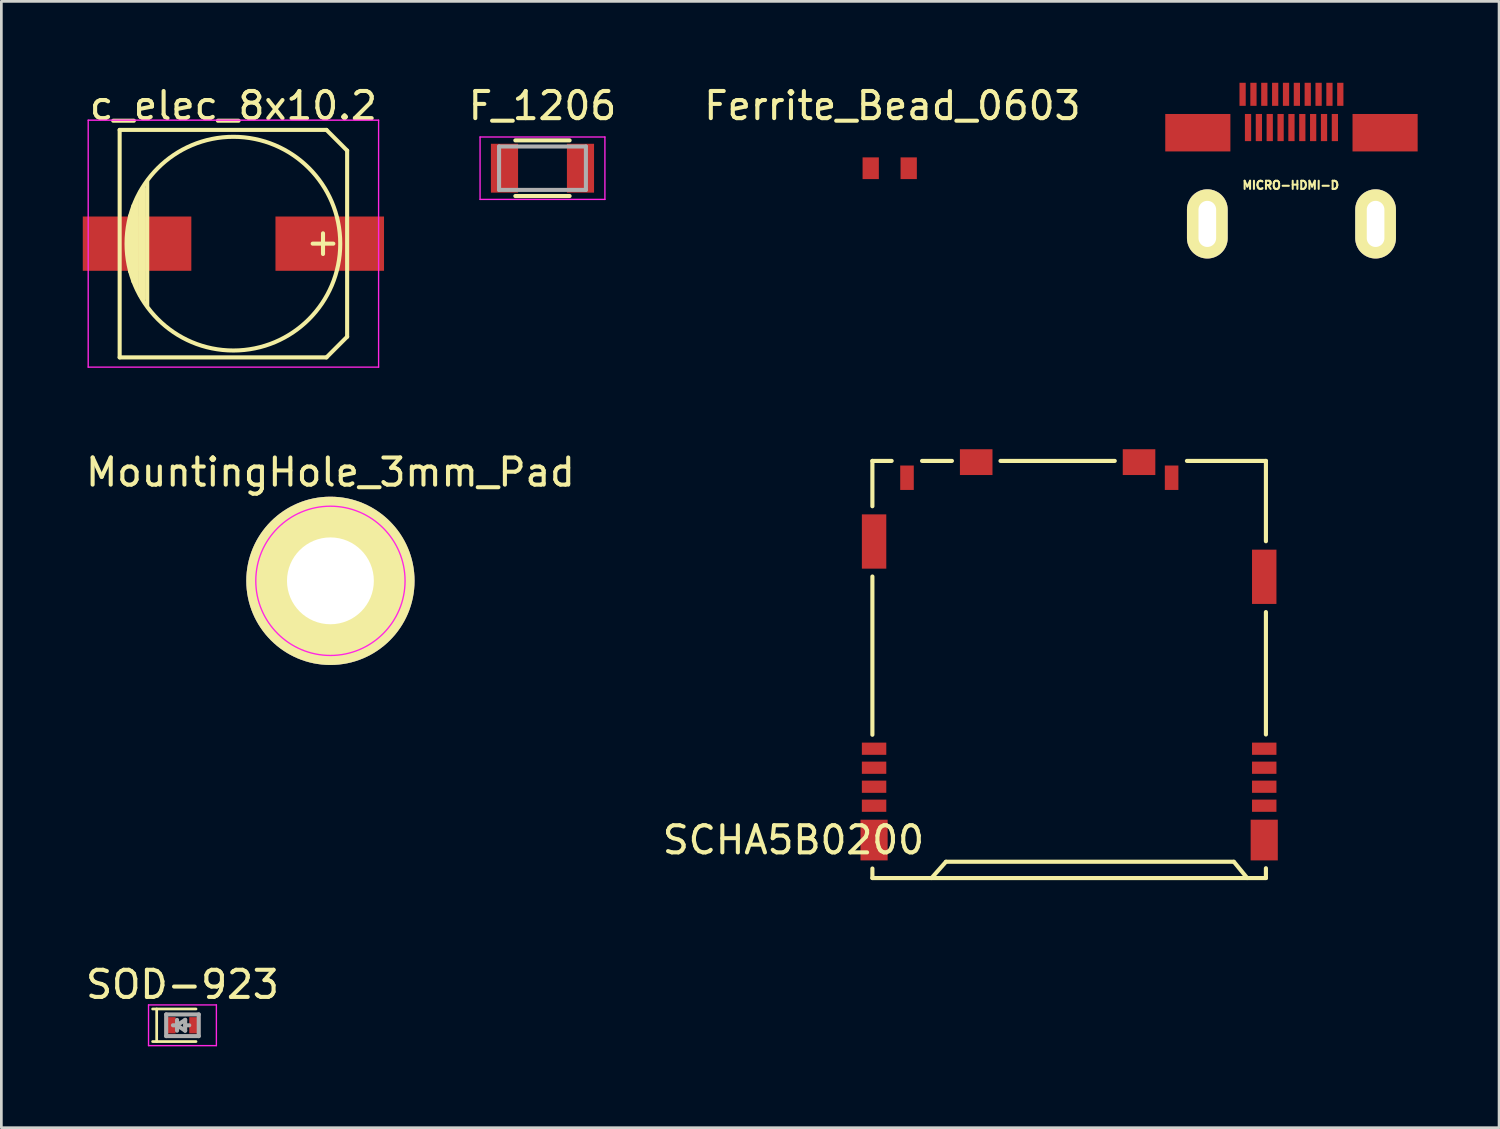
<source format=kicad_pcb>
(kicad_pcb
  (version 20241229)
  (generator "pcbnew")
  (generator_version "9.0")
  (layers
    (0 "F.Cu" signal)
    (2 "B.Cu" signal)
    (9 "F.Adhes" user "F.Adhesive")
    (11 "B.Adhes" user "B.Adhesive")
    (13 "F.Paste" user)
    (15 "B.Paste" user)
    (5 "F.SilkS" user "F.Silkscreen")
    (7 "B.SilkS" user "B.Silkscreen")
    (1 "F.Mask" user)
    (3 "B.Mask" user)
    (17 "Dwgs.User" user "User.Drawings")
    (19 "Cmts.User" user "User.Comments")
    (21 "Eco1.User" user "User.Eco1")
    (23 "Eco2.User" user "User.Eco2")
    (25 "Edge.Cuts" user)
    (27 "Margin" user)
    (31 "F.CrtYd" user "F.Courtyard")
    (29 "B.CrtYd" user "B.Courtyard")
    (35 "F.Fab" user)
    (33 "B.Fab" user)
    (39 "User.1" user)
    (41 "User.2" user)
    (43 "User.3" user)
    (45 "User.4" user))
  (footprint "c_elec_8x10.2"
    (layer "F.Cu")
    (at 5.55 5.928)
    (property "Reference" "c_elec_8x10.2" (at 0 -5.08 0) (layer "F.SilkS") (effects (font (size 1 1) (thickness 0.15))))
    (attr smd)
    (fp_line (start -4.191 -4.191) (end -4.191 4.191) (stroke (width 0.15) (type solid)) (layer "F.SilkS"))
    (fp_line (start -4.191 4.191) (end 3.429 4.191) (stroke (width 0.15) (type solid)) (layer "F.SilkS"))
    (fp_line (start -3.81 -1.016) (end -3.81 1.016) (stroke (width 0.15) (type solid)) (layer "F.SilkS"))
    (fp_line (start -3.683 1.397) (end -3.683 -1.397) (stroke (width 0.15) (type solid)) (layer "F.SilkS"))
    (fp_line (start -3.556 -1.651) (end -3.556 1.651) (stroke (width 0.15) (type solid)) (layer "F.SilkS"))
    (fp_line (start -3.429 1.905) (end -3.429 -1.905) (stroke (width 0.15) (type solid)) (layer "F.SilkS"))
    (fp_line (start -3.302 2.032) (end -3.302 -2.032) (stroke (width 0.15) (type solid)) (layer "F.SilkS"))
    (fp_line (start -3.175 -2.286) (end -3.175 2.286) (stroke (width 0.15) (type solid)) (layer "F.SilkS"))
    (fp_line (start 3.302 -0.381) (end 3.302 0.381) (stroke (width 0.15) (type solid)) (layer "F.SilkS"))
    (fp_line (start 3.429 -4.191) (end -4.191 -4.191) (stroke (width 0.15) (type solid)) (layer "F.SilkS"))
    (fp_line (start 3.429 4.191) (end 4.191 3.429) (stroke (width 0.15) (type solid)) (layer "F.SilkS"))
    (fp_line (start 3.683 0) (end 2.921 0) (stroke (width 0.15) (type solid)) (layer "F.SilkS"))
    (fp_line (start 4.191 -3.429) (end 3.429 -4.191) (stroke (width 0.15) (type solid)) (layer "F.SilkS"))
    (fp_line (start 4.191 3.429) (end 4.191 -3.429) (stroke (width 0.15) (type solid)) (layer "F.SilkS"))
    (fp_circle (center 0 0) (end 3.937 0) (stroke (width 0.15) (type solid)) (fill no) (layer "F.SilkS"))
    (fp_line (start -5.35 -4.55) (end 5.35 -4.55) (stroke (width 0.05) (type solid)) (layer "F.CrtYd"))
    (fp_line (start -5.35 4.55) (end -5.35 -4.55) (stroke (width 0.05) (type solid)) (layer "F.CrtYd"))
    (fp_line (start 5.35 -4.55) (end 5.35 4.55) (stroke (width 0.05) (type solid)) (layer "F.CrtYd"))
    (fp_line (start 5.35 4.55) (end -5.35 4.55) (stroke (width 0.05) (type solid)) (layer "F.CrtYd"))
    (pad "1" smd rect (at 3.55 0) (size 4 2) (layers "F.Cu" "F.Mask" "F.Paste"))
    (pad "2" smd rect (at -3.55 0) (size 4 2) (layers "F.Cu" "F.Mask" "F.Paste")))
  (footprint "MountingHole_3mm_Pad"
    (layer "F.Cu")
    (at 9.125 18.352)
    (property "Reference" "MountingHole_3mm_Pad" (at 0 -4 0) (layer "F.SilkS") (effects (font (size 1 1) (thickness 0.15))))
    (attr through_hole)
    (fp_circle (center 0 0) (end 2.75 0) (stroke (width 0.05) (type solid)) (fill no) (layer "F.CrtYd"))
    (pad "" thru_hole circle (at 0 0) (size 6.2 6.2) (drill 3.2) (layers "*.Cu" "*.Mask" "F.SilkS")))
  (footprint "SOD-923"
    (layer "F.Cu")
    (at 3.673 34.728)
    (property "Reference" "SOD-923" (at 0 -1.5 0) (layer "F.SilkS") (effects (font (size 1 1) (thickness 0.15))))
    (attr smd)
    (fp_line (start -0.95 -0.6) (end -0.95 0.6) (stroke (width 0.1) (type solid)) (layer "F.SilkS"))
    (fp_line (start 0.5 -0.6) (end -1.1 -0.6) (stroke (width 0.1) (type solid)) (layer "F.SilkS"))
    (fp_line (start 0.5 0.6) (end -1.1 0.6) (stroke (width 0.1) (type solid)) (layer "F.SilkS"))
    (fp_line (start -1.25 -0.75) (end 1.25 -0.75) (stroke (width 0.05) (type solid)) (layer "F.CrtYd"))
    (fp_line (start -1.25 0.75) (end -1.25 -0.75) (stroke (width 0.05) (type solid)) (layer "F.CrtYd"))
    (fp_line (start 1.25 -0.75) (end 1.25 0.75) (stroke (width 0.05) (type solid)) (layer "F.CrtYd"))
    (fp_line (start 1.25 0.75) (end -1.25 0.75) (stroke (width 0.05) (type solid)) (layer "F.CrtYd"))
    (fp_line (start -0.6 -0.4) (end 0.6 -0.4) (stroke (width 0.15) (type solid)) (layer "F.Fab"))
    (fp_line (start -0.6 0.4) (end -0.6 -0.4) (stroke (width 0.15) (type solid)) (layer "F.Fab"))
    (fp_line (start -0.2 0) (end -0.35 0) (stroke (width 0.15) (type solid)) (layer "F.Fab"))
    (fp_line (start -0.2 0) (end 0.1 0.2) (stroke (width 0.15) (type solid)) (layer "F.Fab"))
    (fp_line (start -0.2 0.2) (end -0.2 -0.2) (stroke (width 0.15) (type solid)) (layer "F.Fab"))
    (fp_line (start 0.1 -0.2) (end -0.2 0) (stroke (width 0.15) (type solid)) (layer "F.Fab"))
    (fp_line (start 0.1 0) (end 0.25 0) (stroke (width 0.15) (type solid)) (layer "F.Fab"))
    (fp_line (start 0.1 0.2) (end 0.1 -0.2) (stroke (width 0.15) (type solid)) (layer "F.Fab"))
    (fp_line (start 0.6 -0.4) (end 0.6 0.4) (stroke (width 0.15) (type solid)) (layer "F.Fab"))
    (fp_line (start 0.6 0.4) (end -0.6 0.4) (stroke (width 0.15) (type solid)) (layer "F.Fab"))
    (pad "1" smd rect (at -0.45 0 180) (size 0.4 0.6) (layers "F.Cu" "F.Mask" "F.Paste"))
    (pad "2" smd rect (at 0.45 0 180) (size 0.4 0.6) (layers "F.Cu" "F.Mask" "F.Paste")))
  (footprint "F_1206"
    (layer "F.Cu")
    (at 16.939 3.148)
    (property "Reference" "F_1206" (at 0 -2.3 0) (layer "F.SilkS") (effects (font (size 1 1) (thickness 0.15))))
    (attr smd)
    (fp_line (start -1 1.025) (end 1 1.025) (stroke (width 0.15) (type solid)) (layer "F.SilkS"))
    (fp_line (start 1 -1.025) (end -1 -1.025) (stroke (width 0.15) (type solid)) (layer "F.SilkS"))
    (fp_line (start -2.3 -1.15) (end -2.3 1.15) (stroke (width 0.05) (type solid)) (layer "F.CrtYd"))
    (fp_line (start -2.3 -1.15) (end 2.3 -1.15) (stroke (width 0.05) (type solid)) (layer "F.CrtYd"))
    (fp_line (start -2.3 1.15) (end 2.3 1.15) (stroke (width 0.05) (type solid)) (layer "F.CrtYd"))
    (fp_line (start 2.3 -1.15) (end 2.3 1.15) (stroke (width 0.05) (type solid)) (layer "F.CrtYd"))
    (fp_line (start -1.6 -0.8) (end 1.6 -0.8) (stroke (width 0.15) (type solid)) (layer "F.Fab"))
    (fp_line (start -1.6 0.8) (end -1.6 -0.8) (stroke (width 0.15) (type solid)) (layer "F.Fab"))
    (fp_line (start 1.6 -0.8) (end 1.6 0.8) (stroke (width 0.15) (type solid)) (layer "F.Fab"))
    (fp_line (start 1.6 0.8) (end -1.6 0.8) (stroke (width 0.15) (type solid)) (layer "F.Fab"))
    (pad "1" smd rect (at -1.4 0) (size 1 1.8) (layers "F.Cu" "F.Mask" "F.Paste"))
    (pad "2" smd rect (at 1.4 0) (size 1 1.8) (layers "F.Cu" "F.Mask" "F.Paste")))
  (footprint "Ferrite_Bead_0603"
    (layer "F.Cu")
    (at 29.733 3.149)
    (property "Reference" "Ferrite_Bead_0603" (at 0.099 -2.301 0) (layer "F.SilkS") (effects (font (size 1 1) (thickness 0.15))))
    (attr smd)
    (pad "1" smd rect (at -0.7 0) (size 0.6 0.8) (layers "F.Cu" "F.Mask" "F.Paste"))
    (pad "2" smd rect (at 0.7 0) (size 0.6 0.8) (layers "F.Cu" "F.Mask" "F.Paste")))
  (footprint "MICRO-HDMI-D"
    (layer "F.Cu")
    (at 44.536 6.9)
    (property "Reference" "MICRO-HDMI-D" (at -0.025 -3.125 0) (layer "F.SilkS") (effects (font (size 0.3 0.3) (thickness 0.075))))
    (attr smd)
    (fp_line (start -3.3 -6.8) (end 3.3 -6.8) (stroke (width 0.001) (type solid)) (layer "F.SilkS"))
    (fp_line (start -3.3 0) (end -3.3 -6.8) (stroke (width 0.001) (type solid)) (layer "F.SilkS"))
    (fp_line (start -3.3 0) (end -3.3 0.7) (stroke (width 0.001) (type solid)) (layer "F.SilkS"))
    (fp_line (start -3.3 0.7) (end 3.3 0.7) (stroke (width 0.001) (type solid)) (layer "F.SilkS"))
    (fp_line (start 3.3 -6.8) (end 3.3 0) (stroke (width 0.001) (type solid)) (layer "F.SilkS"))
    (fp_line (start 3.3 0) (end -3.3 0) (stroke (width 0.001) (type solid)) (layer "F.SilkS"))
    (fp_line (start 3.3 0.7) (end 3.3 0) (stroke (width 0.001) (type solid)) (layer "F.SilkS"))
    (pad "1" smd rect (at 1.8 -6.475) (size 0.23 0.85) (layers "F.Cu" "F.Mask" "F.Paste"))
    (pad "2" smd rect (at 1.6 -5.25) (size 0.23 1) (layers "F.Cu" "F.Mask" "F.Paste"))
    (pad "3" smd rect (at 1.4 -6.475) (size 0.23 0.85) (layers "F.Cu" "F.Mask" "F.Paste"))
    (pad "4" smd rect (at 1.2 -5.25) (size 0.23 1) (layers "F.Cu" "F.Mask" "F.Paste"))
    (pad "5" smd rect (at 1 -6.475) (size 0.23 0.85) (layers "F.Cu" "F.Mask" "F.Paste"))
    (pad "6" smd rect (at 0.8 -5.25) (size 0.23 1) (layers "F.Cu" "F.Mask" "F.Paste"))
    (pad "7" smd rect (at 0.6 -6.475) (size 0.23 0.85) (layers "F.Cu" "F.Mask" "F.Paste"))
    (pad "8" smd rect (at 0.4 -5.25) (size 0.23 1) (layers "F.Cu" "F.Mask" "F.Paste"))
    (pad "9" smd rect (at 0.2 -6.475) (size 0.23 0.85) (layers "F.Cu" "F.Mask" "F.Paste"))
    (pad "10" smd rect (at 0 -5.25) (size 0.23 1) (layers "F.Cu" "F.Mask" "F.Paste"))
    (pad "11" smd rect (at -0.2 -6.475) (size 0.23 0.85) (layers "F.Cu" "F.Mask" "F.Paste"))
    (pad "12" smd rect (at -0.4 -5.25) (size 0.23 1) (layers "F.Cu" "F.Mask" "F.Paste"))
    (pad "13" smd rect (at -0.6 -6.475) (size 0.23 0.85) (layers "F.Cu" "F.Mask" "F.Paste"))
    (pad "14" smd rect (at -0.8 -5.25) (size 0.23 1) (layers "F.Cu" "F.Mask" "F.Paste"))
    (pad "15" smd rect (at -1 -6.475) (size 0.23 0.85) (layers "F.Cu" "F.Mask" "F.Paste"))
    (pad "16" smd rect (at -1.2 -5.25) (size 0.23 1) (layers "F.Cu" "F.Mask" "F.Paste"))
    (pad "17" smd rect (at -1.4 -6.475) (size 0.23 0.85) (layers "F.Cu" "F.Mask" "F.Paste"))
    (pad "18" smd rect (at -1.6 -5.25) (size 0.23 1) (layers "F.Cu" "F.Mask" "F.Paste"))
    (pad "19" smd rect (at -1.8 -6.475) (size 0.23 0.85) (layers "F.Cu" "F.Mask" "F.Paste"))
    (pad "20" smd rect (at -3.45 -5.06) (size 2.4 1.38) (layers "F.Cu" "F.Mask" "F.Paste"))
    (pad "21" smd rect (at 3.45 -5.06) (size 2.4 1.38) (layers "F.Cu" "F.Mask" "F.Paste"))
    (pad "22" thru_hole oval (at -3.1 -1.7) (size 1.5 2.55) (drill oval 0.65 1.7) (layers "*.Cu" "*.Mask" "F.SilkS"))
    (pad "23" thru_hole oval (at 3.1 -1.7) (size 1.5 2.55) (drill oval 0.65 1.7) (layers "*.Cu" "*.Mask" "F.SilkS")))
  (footprint "SCHA5B0200"
    (layer "F.Cu")
    (at 36.345 27.903)
    (property "Reference" "SCHA5B0200" (at -10.16 0 0) (layer "F.SilkS") (effects (font (size 1 1) (thickness 0.15))))
    (attr through_hole)
    (fp_line (start -7.25 -13.97) (end -6.54 -13.97) (stroke (width 0.152) (type solid)) (layer "F.SilkS"))
    (fp_line (start -7.25 -12.3) (end -7.25 -13.97) (stroke (width 0.152) (type solid)) (layer "F.SilkS"))
    (fp_line (start -7.25 -9.71) (end -7.25 -3.88) (stroke (width 0.152) (type solid)) (layer "F.SilkS"))
    (fp_line (start -7.25 1.4) (end -7.25 1.05) (stroke (width 0.152) (type solid)) (layer "F.SilkS"))
    (fp_line (start -7.25 1.4) (end 7.25 1.4) (stroke (width 0.152) (type solid)) (layer "F.SilkS"))
    (fp_line (start -5.42 -13.97) (end -4.32 -13.97) (stroke (width 0.152) (type solid)) (layer "F.SilkS"))
    (fp_line (start -4.54 0.8) (end -5.07 1.4) (stroke (width 0.152) (type solid)) (layer "F.SilkS"))
    (fp_line (start -4.537 0.8) (end 6.062 0.8) (stroke (width 0.152) (type solid)) (layer "F.SilkS"))
    (fp_line (start -2.53 -13.97) (end 1.68 -13.97) (stroke (width 0.152) (type solid)) (layer "F.SilkS"))
    (fp_line (start 6.07 0.8) (end 6.56 1.4) (stroke (width 0.152) (type solid)) (layer "F.SilkS"))
    (fp_line (start 7.25 -13.97) (end 4.34 -13.97) (stroke (width 0.152) (type solid)) (layer "F.SilkS"))
    (fp_line (start 7.25 -11.01) (end 7.25 -13.97) (stroke (width 0.152) (type solid)) (layer "F.SilkS"))
    (fp_line (start 7.25 -8.4) (end 7.25 -3.89) (stroke (width 0.152) (type solid)) (layer "F.SilkS"))
    (fp_line (start 7.25 1.4) (end 7.25 1.04) (stroke (width 0.152) (type solid)) (layer "F.SilkS"))
    (pad "1" smd rect (at -7.188 -3.365) (size 0.9 0.45) (layers "F.Cu" "F.Mask" "F.Paste"))
    (pad "2" smd rect (at -7.188 -2.665) (size 0.9 0.45) (layers "F.Cu" "F.Mask" "F.Paste"))
    (pad "3" smd rect (at -7.188 -1.965) (size 0.9 0.45) (layers "F.Cu" "F.Mask" "F.Paste"))
    (pad "4" smd rect (at -7.188 -1.265) (size 0.9 0.45) (layers "F.Cu" "F.Mask" "F.Paste"))
    (pad "5" smd rect (at 7.188 -1.265) (size 0.9 0.45) (layers "F.Cu" "F.Mask" "F.Paste"))
    (pad "6" smd rect (at 7.188 -1.965) (size 0.9 0.45) (layers "F.Cu" "F.Mask" "F.Paste"))
    (pad "7" smd rect (at 7.188 -2.665) (size 0.9 0.45) (layers "F.Cu" "F.Mask" "F.Paste"))
    (pad "8" smd rect (at 7.188 -3.365) (size 0.9 0.45) (layers "F.Cu" "F.Mask" "F.Paste"))
    (pad "9" smd rect (at -5.975 -13.35) (size 0.5 0.9) (layers "F.Cu" "F.Mask" "F.Paste"))
    (pad "10" smd rect (at 3.775 -13.35) (size 0.5 0.9) (layers "F.Cu" "F.Mask" "F.Paste"))
    (pad "11" smd rect (at 2.575 -13.925) (size 1.2 0.95) (layers "F.Cu" "F.Mask" "F.Paste"))
    (pad "12" smd rect (at -3.425 -13.925) (size 1.2 0.95) (layers "F.Cu" "F.Mask" "F.Paste"))
    (pad "13" smd rect (at -7.188 -11) (size 0.9 2) (layers "F.Cu" "F.Mask" "F.Paste"))
    (pad "14" smd rect (at -7.188 0) (size 1 1.5) (layers "F.Cu" "F.Mask" "F.Paste"))
    (pad "15" smd rect (at 7.188 0) (size 1 1.5) (layers "F.Cu" "F.Mask" "F.Paste"))
    (pad "16" smd rect (at 7.188 -9.7) (size 0.9 2) (layers "F.Cu" "F.Mask" "F.Paste")))
  (gr_rect
    (start -3 -3)
    (end 52.186 38.503)
    (stroke (width 0.1) (type default))
    (fill no)
    (layer "Edge.Cuts")))
</source>
